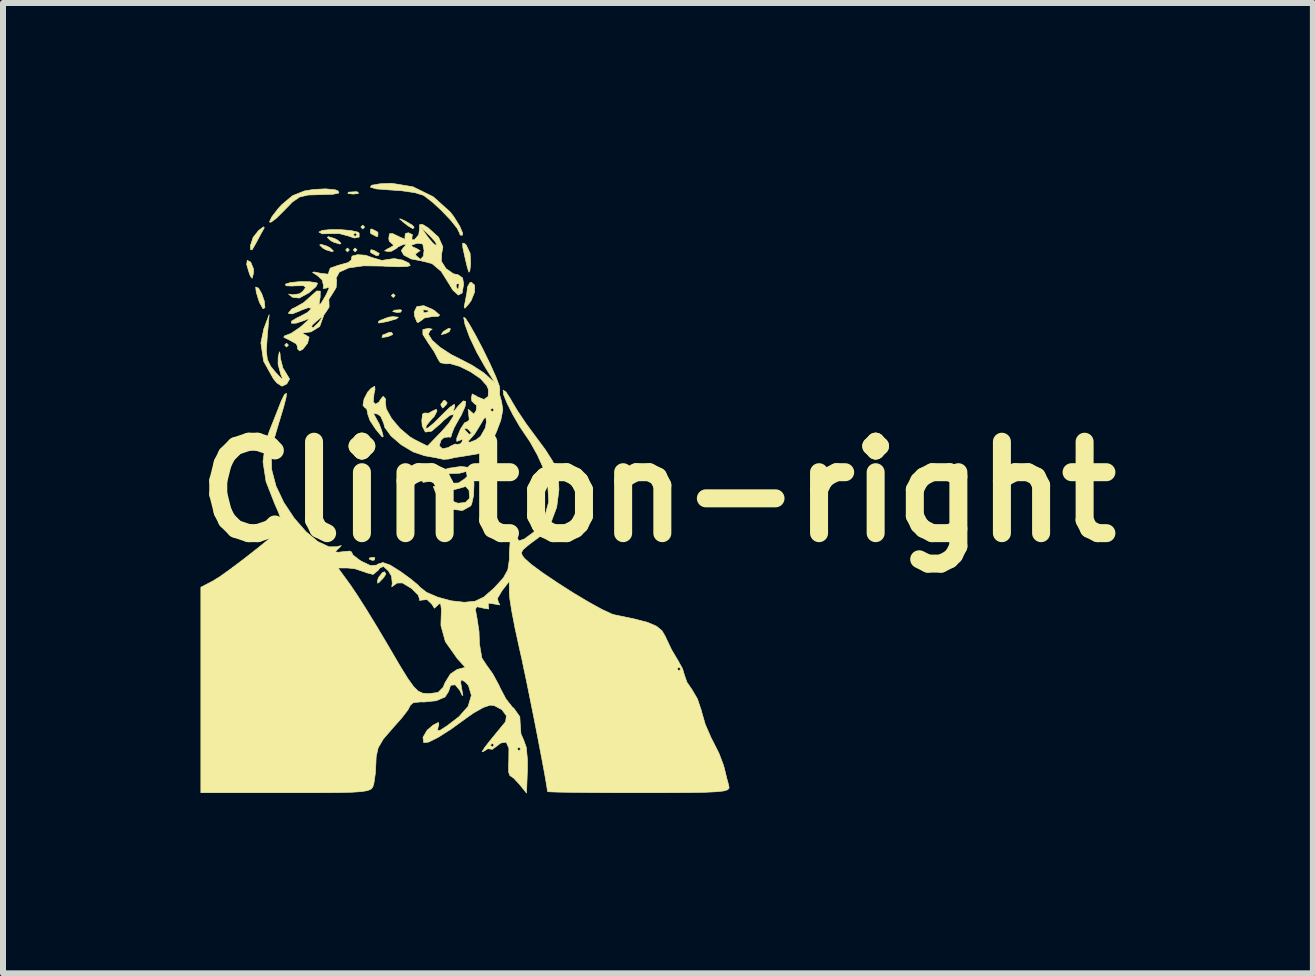
<source format=kicad_pcb>
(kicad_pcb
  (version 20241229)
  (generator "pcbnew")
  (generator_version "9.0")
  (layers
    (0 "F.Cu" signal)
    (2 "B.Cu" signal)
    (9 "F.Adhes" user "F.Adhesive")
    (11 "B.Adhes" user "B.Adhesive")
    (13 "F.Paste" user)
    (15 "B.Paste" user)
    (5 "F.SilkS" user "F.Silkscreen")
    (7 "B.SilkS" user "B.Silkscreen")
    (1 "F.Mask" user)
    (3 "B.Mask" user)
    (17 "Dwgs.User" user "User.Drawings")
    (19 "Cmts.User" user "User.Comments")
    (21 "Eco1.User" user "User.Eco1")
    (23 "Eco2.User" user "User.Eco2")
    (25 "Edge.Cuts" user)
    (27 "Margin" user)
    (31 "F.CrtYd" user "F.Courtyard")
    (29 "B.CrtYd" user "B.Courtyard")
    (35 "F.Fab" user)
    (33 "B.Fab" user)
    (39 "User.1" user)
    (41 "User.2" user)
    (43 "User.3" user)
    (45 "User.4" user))
  (footprint "Clinton-right"
    (layer "F.Cu")
    (at 7.918 5.148)
    (property "Reference" "Clinton-right" (at 0 0 0) (layer "F.SilkS") (effects (font (size 1.524 1.524) (thickness 0.3))))
    (attr through_hole)
    (fp_poly (pts (xy -6.16 -2.445) (xy -6.191 -2.413) (xy -6.223 -2.445) (xy -6.191 -2.477) (xy -6.16 -2.445)) (stroke (width 0.01) (type solid)) (fill yes) (layer "F.SilkS"))
    (fp_poly (pts (xy -5.144 -4.032) (xy -5.175 -4) (xy -5.207 -4.032) (xy -5.175 -4.064) (xy -5.144 -4.032)) (stroke (width 0.01) (type solid)) (fill yes) (layer "F.SilkS"))
    (fp_poly (pts (xy -5.016 -4.032) (xy -5.048 -4) (xy -5.08 -4.032) (xy -5.048 -4.064) (xy -5.016 -4.032)) (stroke (width 0.01) (type solid)) (fill yes) (layer "F.SilkS"))
    (fp_poly (pts (xy -4.889 -4.413) (xy -4.921 -4.381) (xy -4.953 -4.413) (xy -4.921 -4.445) (xy -4.889 -4.413)) (stroke (width 0.01) (type solid)) (fill yes) (layer "F.SilkS"))
    (fp_poly (pts (xy -4.381 -3.27) (xy -4.413 -3.239) (xy -4.445 -3.27) (xy -4.413 -3.302) (xy -4.381 -3.27)) (stroke (width 0.01) (type solid)) (fill yes) (layer "F.SilkS"))
    (fp_poly (pts (xy -5.001 -4.995) (xy -4.993 -4.972) (xy -5.08 -4.963) (xy -5.17 -4.973) (xy -5.159 -4.995) (xy -5.029 -5.003) (xy -5.001 -4.995)) (stroke (width 0.01) (type solid)) (fill yes) (layer "F.SilkS"))
    (fp_poly (pts (xy -4.72 1.101) (xy -4.729 1.138) (xy -4.763 1.143) (xy -4.815 1.12) (xy -4.805 1.101) (xy -4.729 1.093) (xy -4.72 1.101)) (stroke (width 0.01) (type solid)) (fill yes) (layer "F.SilkS"))
    (fp_poly (pts (xy -4.272 -3.023) (xy -4.291 -2.994) (xy -4.355 -2.99) (xy -4.423 -3.005) (xy -4.393 -3.028) (xy -4.294 -3.035) (xy -4.272 -3.023)) (stroke (width 0.01) (type solid)) (fill yes) (layer "F.SilkS"))
    (fp_poly (pts (xy -4.734 -4.025) (xy -4.645 -3.973) (xy -4.66 -3.94) (xy -4.695 -3.937) (xy -4.781 -3.983) (xy -4.794 -4) (xy -4.784 -4.036) (xy -4.734 -4.025)) (stroke (width 0.01) (type solid)) (fill yes) (layer "F.SilkS"))
    (fp_poly (pts (xy -4.436 -2.654) (xy -4.422 -2.621) (xy -4.503 -2.586) (xy -4.601 -2.572) (xy -4.59 -2.611) (xy -4.587 -2.614) (xy -4.477 -2.659) (xy -4.436 -2.654)) (stroke (width 0.01) (type solid)) (fill yes) (layer "F.SilkS"))
    (fp_poly (pts (xy -3.459 -2.718) (xy -3.478 -2.671) (xy -3.537 -2.639) (xy -3.612 -2.62) (xy -3.581 -2.667) (xy -3.573 -2.675) (xy -3.49 -2.725) (xy -3.459 -2.718)) (stroke (width 0.01) (type solid)) (fill yes) (layer "F.SilkS"))
    (fp_poly (pts (xy -6.789 -3.829) (xy -6.741 -3.713) (xy -6.743 -3.642) (xy -6.765 -3.559) (xy -6.794 -3.596) (xy -6.812 -3.641) (xy -6.856 -3.788) (xy -6.847 -3.858) (xy -6.789 -3.829)) (stroke (width 0.01) (type solid)) (fill yes) (layer "F.SilkS"))
    (fp_poly (pts (xy -5.515 -4.094) (xy -5.461 -4.064) (xy -5.41 -4.014) (xy -5.429 -4.002) (xy -5.534 -4.034) (xy -5.588 -4.064) (xy -5.639 -4.114) (xy -5.62 -4.126) (xy -5.515 -4.094)) (stroke (width 0.01) (type solid)) (fill yes) (layer "F.SilkS"))
    (fp_poly (pts (xy -5.388 -4.221) (xy -5.334 -4.191) (xy -5.283 -4.141) (xy -5.302 -4.129) (xy -5.407 -4.161) (xy -5.461 -4.191) (xy -5.512 -4.241) (xy -5.493 -4.253) (xy -5.388 -4.221)) (stroke (width 0.01) (type solid)) (fill yes) (layer "F.SilkS"))
    (fp_poly (pts (xy -4.68 -4.335) (xy -4.667 -4.318) (xy -4.67 -4.259) (xy -4.692 -4.255) (xy -4.781 -4.301) (xy -4.794 -4.318) (xy -4.791 -4.377) (xy -4.77 -4.381) (xy -4.68 -4.335)) (stroke (width 0.01) (type solid)) (fill yes) (layer "F.SilkS"))
    (fp_poly (pts (xy -4.536 1.371) (xy -4.572 1.429) (xy -4.647 1.508) (xy -4.673 1.524) (xy -4.674 1.476) (xy -4.658 1.429) (xy -4.592 1.345) (xy -4.557 1.333) (xy -4.536 1.371)) (stroke (width 0.01) (type solid)) (fill yes) (layer "F.SilkS"))
    (fp_poly (pts (xy -4.285 -4.547) (xy -4.207 -4.51) (xy -4.099 -4.447) (xy -4.064 -4.411) (xy -4.084 -4.385) (xy -4.16 -4.429) (xy -4.226 -4.48) (xy -4.308 -4.549) (xy -4.285 -4.547)) (stroke (width 0.01) (type solid)) (fill yes) (layer "F.SilkS"))
    (fp_poly (pts (xy -3.514 -1.485) (xy -3.524 -1.46) (xy -3.581 -1.4) (xy -3.591 -1.397) (xy -3.619 -1.446) (xy -3.619 -1.46) (xy -3.571 -1.522) (xy -3.552 -1.524) (xy -3.514 -1.485)) (stroke (width 0.01) (type solid)) (fill yes) (layer "F.SilkS"))
    (fp_poly (pts (xy -4.328 -2.911) (xy -4.356 -2.884) (xy -4.499 -2.842) (xy -4.54 -2.833) (xy -4.657 -2.813) (xy -4.661 -2.835) (xy -4.636 -2.855) (xy -4.49 -2.911) (xy -4.419 -2.92) (xy -4.328 -2.911)) (stroke (width 0.01) (type solid)) (fill yes) (layer "F.SilkS"))
    (fp_poly (pts (xy -6.563 -4.402) (xy -6.565 -4.397) (xy -6.627 -4.285) (xy -6.703 -4.143) (xy -6.765 -4.035) (xy -6.79 -4.034) (xy -6.794 -4.102) (xy -6.749 -4.24) (xy -6.657 -4.356) (xy -6.575 -4.417) (xy -6.563 -4.402)) (stroke (width 0.01) (type solid)) (fill yes) (layer "F.SilkS"))
    (fp_poly (pts (xy -3.222 -4.137) (xy -3.195 -4.111) (xy -3.131 -3.973) (xy -3.123 -3.803) (xy -3.136 -3.683) (xy -3.152 -3.661) (xy -3.179 -3.745) (xy -3.215 -3.896) (xy -3.253 -4.072) (xy -3.256 -4.146) (xy -3.222 -4.137)) (stroke (width 0.01) (type solid)) (fill yes) (layer "F.SilkS"))
    (fp_poly (pts (xy -6.658 -3.394) (xy -6.604 -3.299) (xy -6.561 -3.175) (xy -6.552 -3.072) (xy -6.552 -3.07) (xy -6.583 -3.051) (xy -6.635 -3.142) (xy -6.651 -3.18) (xy -6.696 -3.325) (xy -6.706 -3.41) (xy -6.703 -3.414) (xy -6.658 -3.394)) (stroke (width 0.01) (type solid)) (fill yes) (layer "F.SilkS"))
    (fp_poly (pts (xy -3.056 -3.444) (xy -3.057 -3.33) (xy -3.112 -3.192) (xy -3.148 -3.14) (xy -3.219 -3.059) (xy -3.231 -3.085) (xy -3.212 -3.175) (xy -3.184 -3.328) (xy -3.176 -3.413) (xy -3.135 -3.487) (xy -3.111 -3.493) (xy -3.056 -3.444)) (stroke (width 0.01) (type solid)) (fill yes) (layer "F.SilkS"))
    (fp_poly (pts (xy -5.383 -5.035) (xy -5.334 -5.017) (xy -5.318 -4.981) (xy -5.413 -4.96) (xy -5.614 -4.954) (xy -5.831 -4.947) (xy -5.973 -4.914) (xy -6.093 -4.832) (xy -6.233 -4.688) (xy -6.363 -4.559) (xy -6.452 -4.493) (xy -6.477 -4.498) (xy -6.436 -4.584) (xy -6.332 -4.719) (xy -6.271 -4.786) (xy -6.092 -4.936) (xy -5.893 -5.015) (xy -5.747 -5.039) (xy -5.543 -5.05) (xy -5.383 -5.035)) (stroke (width 0.01) (type solid)) (fill yes) (layer "F.SilkS"))
    (fp_poly (pts (xy -5.285 -4.37) (xy -5.119 -4.355) (xy -5.004 -4.329) (xy -4.981 -4.312) (xy -4.981 -4.246) (xy -5.06 -4.23) (xy -5.166 -4.266) (xy -5.243 -4.286) (xy -5.08 -4.286) (xy -5.048 -4.255) (xy -5.016 -4.286) (xy -5.048 -4.318) (xy -5.08 -4.286) (xy -5.243 -4.286) (xy -5.314 -4.305) (xy -5.467 -4.304) (xy -5.597 -4.3) (xy -5.652 -4.33) (xy -5.652 -4.33) (xy -5.596 -4.358) (xy -5.459 -4.371) (xy -5.285 -4.37)) (stroke (width 0.01) (type solid)) (fill yes) (layer "F.SilkS"))
    (fp_poly (pts (xy -5.807 -3.502) (xy -5.692 -3.484) (xy -5.675 -3.474) (xy -5.7 -3.421) (xy -5.801 -3.332) (xy -5.826 -3.313) (xy -5.979 -3.23) (xy -6.086 -3.241) (xy -6.1 -3.249) (xy -6.158 -3.296) (xy -6.108 -3.288) (xy -6.096 -3.284) (xy -5.976 -3.3) (xy -5.919 -3.342) (xy -5.872 -3.408) (xy -5.911 -3.436) (xy -6.054 -3.433) (xy -6.096 -3.43) (xy -6.199 -3.434) (xy -6.211 -3.461) (xy -6.124 -3.489) (xy -5.97 -3.503) (xy -5.807 -3.502)) (stroke (width 0.01) (type solid)) (fill yes) (layer "F.SilkS"))
    (fp_poly (pts (xy -3.751 -3.037) (xy -3.718 -3.014) (xy -3.638 -2.946) (xy -3.666 -2.923) (xy -3.761 -2.921) (xy -3.892 -2.898) (xy -3.949 -2.854) (xy -4 -2.82) (xy -4.018 -2.832) (xy -4.058 -2.93) (xy -4.064 -2.995) (xy -4.049 -3.027) (xy -3.916 -3.027) (xy -3.907 -2.989) (xy -3.873 -2.985) (xy -3.821 -3.008) (xy -3.831 -3.027) (xy -3.907 -3.034) (xy -3.916 -3.027) (xy -4.049 -3.027) (xy -4.019 -3.088) (xy -3.904 -3.103) (xy -3.751 -3.037)) (stroke (width 0.01) (type solid)) (fill yes) (layer "F.SilkS"))
    (fp_poly (pts (xy -4.083 -5.084) (xy -3.746 -4.918) (xy -3.464 -4.665) (xy -3.402 -4.584) (xy -3.304 -4.426) (xy -3.256 -4.311) (xy -3.259 -4.277) (xy -3.299 -4.28) (xy -3.302 -4.302) (xy -3.346 -4.391) (xy -3.457 -4.53) (xy -3.606 -4.687) (xy -3.763 -4.832) (xy -3.897 -4.934) (xy -3.92 -4.946) (xy -4.057 -4.987) (xy -4.271 -5.018) (xy -4.473 -5.032) (xy -4.695 -5.049) (xy -4.794 -5.078) (xy -4.774 -5.11) (xy -4.637 -5.134) (xy -4.439 -5.143) (xy -4.083 -5.084)) (stroke (width 0.01) (type solid)) (fill yes) (layer "F.SilkS"))
    (fp_poly (pts (xy -6.514 -2.572) (xy -6.528 -2.349) (xy -6.511 -2.204) (xy -6.455 -2.09) (xy -6.382 -2) (xy -6.285 -1.895) (xy -6.258 -1.886) (xy -6.287 -1.956) (xy -6.333 -2.126) (xy -6.331 -2.242) (xy -6.31 -2.334) (xy -6.3 -2.305) (xy -6.295 -2.228) (xy -6.252 -2.063) (xy -6.197 -1.974) (xy -6.141 -1.881) (xy -6.185 -1.803) (xy -6.193 -1.795) (xy -6.269 -1.76) (xy -6.353 -1.815) (xy -6.409 -1.882) (xy -6.574 -2.177) (xy -6.619 -2.483) (xy -6.57 -2.718) (xy -6.481 -2.953) (xy -6.514 -2.572)) (stroke (width 0.01) (type solid)) (fill yes) (layer "F.SilkS"))
    (fp_poly (pts (xy -3.27 -0.421) (xy -3.152 -0.406) (xy -3.094 -0.352) (xy -3.072 -0.222) (xy -3.067 -0.129) (xy -3.074 0.062) (xy -3.106 0.206) (xy -3.123 0.236) (xy -3.258 0.312) (xy -3.426 0.292) (xy -3.587 0.183) (xy -3.615 0.15) (xy -3.705 0.015) (xy -3.744 -0.084) (xy -3.744 -0.088) (xy -3.711 -0.092) (xy -3.633 -0.01) (xy -3.612 0.016) (xy -3.48 0.137) (xy -3.336 0.19) (xy -3.212 0.179) (xy -3.14 0.107) (xy -3.149 -0.025) (xy -3.205 -0.09) (xy -3.31 -0.059) (xy -3.314 -0.057) (xy -3.439 -0.027) (xy -3.559 -0.098) (xy -3.706 -0.172) (xy -3.808 -0.173) (xy -3.918 -0.158) (xy -3.926 -0.189) (xy -3.843 -0.252) (xy -3.782 -0.283) (xy -3.601 -0.283) (xy -3.528 -0.222) (xy -3.411 -0.144) (xy -3.324 -0.147) (xy -3.223 -0.215) (xy -3.137 -0.299) (xy -3.113 -0.356) (xy -3.16 -0.357) (xy -3.189 -0.341) (xy -3.305 -0.31) (xy -3.459 -0.304) (xy -3.586 -0.308) (xy -3.601 -0.283) (xy -3.782 -0.283) (xy -3.697 -0.325) (xy -3.492 -0.392) (xy -3.296 -0.421) (xy -3.27 -0.421)) (stroke (width 0.01) (type solid)) (fill yes) (layer "F.SilkS"))
    (fp_poly (pts (xy -3.831 -4.4) (xy -3.658 -4.245) (xy -3.585 -4.082) (xy -3.608 -3.959) (xy -3.611 -3.843) (xy -3.533 -3.72) (xy -3.409 -3.634) (xy -3.334 -3.619) (xy -3.257 -3.565) (xy -3.239 -3.464) (xy -3.264 -3.314) (xy -3.329 -3.279) (xy -3.42 -3.362) (xy -3.46 -3.429) (xy -3.365 -3.429) (xy -3.342 -3.377) (xy -3.323 -3.387) (xy -3.316 -3.462) (xy -3.323 -3.471) (xy -3.361 -3.463) (xy -3.365 -3.429) (xy -3.46 -3.429) (xy -3.466 -3.44) (xy -3.613 -3.674) (xy -3.766 -3.804) (xy -3.948 -3.85) (xy -4.116 -3.882) (xy -4.236 -3.945) (xy -4.279 -4.02) (xy -4.242 -4.073) (xy -4.205 -4.11) (xy -4.116 -4.11) (xy -4.086 -4.081) (xy -4.029 -4.058) (xy -3.964 -4.019) (xy -3.988 -4.005) (xy -4.041 -3.965) (xy -4.032 -3.937) (xy -3.96 -3.875) (xy -3.911 -3.927) (xy -3.899 -4.023) (xy -3.921 -4.131) (xy -4.006 -4.144) (xy -4.026 -4.139) (xy -4.116 -4.11) (xy -4.205 -4.11) (xy -4.197 -4.118) (xy -4.235 -4.127) (xy -4.336 -4.081) (xy -4.35 -4.064) (xy -4.44 -4.011) (xy -4.496 -4.005) (xy -4.558 -4.017) (xy -4.506 -4.051) (xy -4.477 -4.064) (xy -4.404 -4.107) (xy -4.419 -4.123) (xy -4.48 -4.179) (xy -4.487 -4.223) (xy -4.477 -4.301) (xy -4.424 -4.305) (xy -4.306 -4.248) (xy -4.216 -4.21) (xy -4.217 -4.246) (xy -4.219 -4.248) (xy -4.209 -4.307) (xy -4.159 -4.318) (xy -4.092 -4.286) (xy -4.101 -4.246) (xy -4.1 -4.198) (xy -4.057 -4.204) (xy -3.989 -4.283) (xy -3.976 -4.367) (xy -3.974 -4.413) (xy -3.955 -4.413) (xy -3.835 -4.245) (xy -3.746 -4.138) (xy -3.689 -4.102) (xy -3.687 -4.104) (xy -3.707 -4.161) (xy -3.796 -4.262) (xy -3.807 -4.272) (xy -3.955 -4.413) (xy -3.974 -4.413) (xy -3.972 -4.456) (xy -3.925 -4.457) (xy -3.831 -4.4)) (stroke (width 0.01) (type solid)) (fill yes) (layer "F.SilkS"))
    (fp_poly (pts (xy -4.874 -3.943) (xy -4.757 -3.902) (xy -4.605 -3.857) (xy -4.51 -3.872) (xy -4.397 -3.888) (xy -4.259 -3.863) (xy -4.153 -3.813) (xy -4.128 -3.772) (xy -4.186 -3.755) (xy -4.339 -3.751) (xy -4.555 -3.76) (xy -4.588 -3.763) (xy -4.909 -3.767) (xy -5.156 -3.732) (xy -5.312 -3.662) (xy -5.365 -3.562) (xy -5.356 -3.521) (xy -5.365 -3.403) (xy -5.422 -3.31) (xy -5.486 -3.209) (xy -5.484 -3.156) (xy -5.482 -3.08) (xy -5.51 -3.034) (xy -5.57 -2.946) (xy -5.579 -2.921) (xy -5.639 -2.755) (xy -5.784 -2.666) (xy -5.833 -2.66) (xy -5.927 -2.647) (xy -5.898 -2.625) (xy -5.89 -2.623) (xy -5.815 -2.578) (xy -5.84 -2.481) (xy -5.844 -2.472) (xy -5.923 -2.374) (xy -5.975 -2.349) (xy -6.012 -2.388) (xy -6.004 -2.408) (xy -6.03 -2.467) (xy -6.142 -2.529) (xy -6.143 -2.53) (xy -6.237 -2.575) (xy -6.229 -2.598) (xy -6.223 -2.599) (xy -6.115 -2.641) (xy -5.97 -2.739) (xy -5.951 -2.754) (xy -5.779 -2.754) (xy -5.748 -2.735) (xy -5.663 -2.817) (xy -5.643 -2.842) (xy -5.588 -2.917) (xy -5.621 -2.901) (xy -5.667 -2.866) (xy -5.755 -2.787) (xy -5.779 -2.754) (xy -5.951 -2.754) (xy -5.937 -2.766) (xy -5.833 -2.86) (xy -5.825 -2.885) (xy -5.893 -2.857) (xy -6.031 -2.811) (xy -6.11 -2.809) (xy -6.108 -2.845) (xy -6.011 -2.903) (xy -5.98 -2.916) (xy -5.845 -2.988) (xy -5.78 -3.051) (xy -5.779 -3.057) (xy -5.827 -3.07) (xy -5.945 -3.028) (xy -5.969 -3.016) (xy -6.095 -2.966) (xy -6.158 -2.972) (xy -6.16 -2.979) (xy -6.107 -3.045) (xy -6.041 -3.077) (xy -5.907 -3.153) (xy -5.809 -3.24) (xy -5.69 -3.347) (xy -5.629 -3.346) (xy -5.631 -3.238) (xy -5.635 -3.223) (xy -5.65 -3.122) (xy -5.618 -3.137) (xy -5.541 -3.268) (xy -5.527 -3.294) (xy -5.481 -3.396) (xy -5.504 -3.409) (xy -5.526 -3.396) (xy -5.581 -3.389) (xy -5.574 -3.436) (xy -5.598 -3.532) (xy -5.677 -3.604) (xy -5.758 -3.657) (xy -5.734 -3.665) (xy -5.626 -3.643) (xy -5.499 -3.628) (xy -5.483 -3.667) (xy -5.485 -3.671) (xy -5.462 -3.729) (xy -5.327 -3.777) (xy -5.305 -3.782) (xy -5.167 -3.821) (xy -5.11 -3.865) (xy -5.112 -3.873) (xy -5.1 -3.929) (xy -5.006 -3.953) (xy -4.874 -3.943)) (stroke (width 0.01) (type solid)) (fill yes) (layer "F.SilkS"))
    (fp_poly (pts (xy -3.212 -2.895) (xy -3.141 -2.787) (xy -3.036 -2.601) (xy -2.922 -2.384) (xy -2.797 -2.128) (xy -2.701 -1.914) (xy -2.645 -1.766) (xy -2.637 -1.712) (xy -2.64 -1.621) (xy -2.608 -1.505) (xy -2.586 -1.369) (xy -2.62 -1.193) (xy -2.69 -1.007) (xy -2.781 -0.806) (xy -2.87 -0.693) (xy -2.998 -0.634) (xy -3.207 -0.599) (xy -3.231 -0.595) (xy -3.388 -0.571) (xy -3.482 -0.548) (xy -3.485 -0.547) (xy -3.576 -0.54) (xy -3.588 -0.543) (xy -3.688 -0.565) (xy -3.854 -0.595) (xy -3.891 -0.601) (xy -4.084 -0.667) (xy -4.283 -0.787) (xy -4.451 -0.932) (xy -4.555 -1.075) (xy -4.572 -1.143) (xy -4.623 -1.26) (xy -4.676 -1.296) (xy -4.744 -1.309) (xy -4.716 -1.256) (xy -4.648 -1.133) (xy -4.604 -1.016) (xy -4.579 -0.921) (xy -4.597 -0.915) (xy -4.673 -1.004) (xy -4.707 -1.046) (xy -4.801 -1.189) (xy -4.84 -1.301) (xy -4.839 -1.316) (xy -4.858 -1.39) (xy -4.881 -1.397) (xy -4.918 -1.442) (xy -4.899 -1.547) (xy -4.838 -1.664) (xy -4.783 -1.724) (xy -4.722 -1.76) (xy -4.717 -1.705) (xy -4.734 -1.63) (xy -4.745 -1.497) (xy -4.706 -1.46) (xy -4.639 -1.505) (xy -4.636 -1.524) (xy -4.589 -1.586) (xy -4.574 -1.587) (xy -4.537 -1.542) (xy -4.544 -1.505) (xy -4.531 -1.385) (xy -4.442 -1.224) (xy -4.302 -1.057) (xy -4.138 -0.918) (xy -4.063 -0.873) (xy -3.842 -0.762) (xy -3.611 -1) (xy -3.486 -1.143) (xy -3.416 -1.251) (xy -3.409 -1.288) (xy -3.465 -1.277) (xy -3.572 -1.191) (xy -3.622 -1.14) (xy -3.774 -1.01) (xy -3.878 -0.996) (xy -3.93 -1.097) (xy -3.937 -1.189) (xy -3.924 -1.296) (xy -3.895 -1.313) (xy -3.819 -1.311) (xy -3.768 -1.342) (xy -3.696 -1.375) (xy -3.683 -1.349) (xy -3.727 -1.259) (xy -3.778 -1.206) (xy -3.858 -1.108) (xy -3.873 -1.059) (xy -3.835 -1.064) (xy -3.735 -1.146) (xy -3.608 -1.273) (xy -3.473 -1.406) (xy -3.395 -1.459) (xy -3.386 -1.429) (xy -3.413 -1.341) (xy -3.388 -1.356) (xy -3.335 -1.424) (xy -3.245 -1.515) (xy -3.204 -1.507) (xy -3.215 -1.422) (xy -3.279 -1.278) (xy -3.31 -1.226) (xy -3.397 -1.069) (xy -3.442 -0.956) (xy -3.443 -0.932) (xy -3.465 -0.906) (xy -3.484 -0.915) (xy -3.567 -0.904) (xy -3.615 -0.862) (xy -3.647 -0.768) (xy -3.593 -0.717) (xy -3.493 -0.738) (xy -3.468 -0.756) (xy -3.38 -0.797) (xy -3.35 -0.789) (xy -3.292 -0.8) (xy -3.267 -0.831) (xy -3.266 -0.833) (xy -3.17 -0.833) (xy -3.132 -0.826) (xy -3.03 -0.867) (xy -2.957 -0.925) (xy -2.876 -1.068) (xy -2.86 -1.163) (xy -2.869 -1.242) (xy -2.901 -1.222) (xy -2.965 -1.111) (xy -3.054 -0.967) (xy -3.133 -0.877) (xy -3.137 -0.874) (xy -3.17 -0.833) (xy -3.266 -0.833) (xy -3.255 -0.879) (xy -3.292 -0.863) (xy -3.354 -0.84) (xy -3.354 -0.895) (xy -3.293 -1.043) (xy -3.281 -1.061) (xy -3.228 -1.061) (xy -3.213 -1.026) (xy -3.149 -0.958) (xy -3.112 -0.972) (xy -3.111 -0.981) (xy -3.157 -1.034) (xy -3.185 -1.054) (xy -3.228 -1.061) (xy -3.281 -1.061) (xy -3.225 -1.149) (xy -3.172 -1.173) (xy -3.146 -1.2) (xy -3.155 -1.286) (xy -3.165 -1.375) (xy -3.13 -1.35) (xy -3.126 -1.344) (xy -3.069 -1.296) (xy -3.027 -1.36) (xy -3.027 -1.365) (xy -2.794 -1.365) (xy -2.762 -1.333) (xy -2.731 -1.365) (xy -2.762 -1.397) (xy -2.794 -1.365) (xy -3.027 -1.365) (xy -3.023 -1.445) (xy -3.05 -1.46) (xy -3.103 -1.512) (xy -3.111 -1.564) (xy -3.096 -1.631) (xy -3.028 -1.597) (xy -3.014 -1.585) (xy -2.901 -1.539) (xy -2.83 -1.589) (xy -2.827 -1.707) (xy -2.854 -1.771) (xy -2.956 -1.885) (xy -3.122 -1.999) (xy -3.306 -2.091) (xy -3.466 -2.137) (xy -3.533 -2.133) (xy -3.628 -2.152) (xy -3.664 -2.208) (xy -3.732 -2.339) (xy -3.821 -2.469) (xy -3.919 -2.623) (xy -3.919 -2.705) (xy -3.826 -2.725) (xy -3.763 -2.711) (xy -3.799 -2.687) (xy -3.828 -2.628) (xy -3.766 -2.528) (xy -3.633 -2.409) (xy -3.449 -2.289) (xy -3.305 -2.216) (xy -3.098 -2.109) (xy -2.916 -1.991) (xy -2.866 -1.95) (xy -2.713 -1.81) (xy -2.877 -2.072) (xy -3.022 -2.329) (xy -3.142 -2.582) (xy -3.218 -2.794) (xy -3.239 -2.907) (xy -3.212 -2.895)) (stroke (width 0.01) (type solid)) (fill yes) (layer "F.SilkS"))
    (fp_poly (pts (xy -2.535 -1.666) (xy -2.462 -1.554) (xy -2.44 -1.514) (xy -2.343 -1.351) (xy -2.2 -1.138) (xy -2.064 -0.953) (xy -1.875 -0.698) (xy -1.754 -0.507) (xy -1.686 -0.349) (xy -1.657 -0.19) (xy -1.651 -0.033) (xy -1.688 0.256) (xy -1.787 0.521) (xy -1.93 0.714) (xy -1.962 0.741) (xy -2.147 0.877) (xy -2.247 0.962) (xy -2.278 1.017) (xy -2.258 1.068) (xy -2.224 1.11) (xy -2.113 1.21) (xy -1.923 1.35) (xy -1.681 1.513) (xy -1.417 1.682) (xy -1.158 1.837) (xy -0.933 1.961) (xy -0.77 2.037) (xy -0.727 2.05) (xy -0.398 2.118) (xy -0.172 2.177) (xy -0.025 2.24) (xy 0.066 2.315) (xy 0.124 2.413) (xy 0.132 2.433) (xy 0.227 2.633) (xy 0.329 2.804) (xy 0.41 2.95) (xy 0.444 3.064) (xy 0.484 3.176) (xy 0.565 3.294) (xy 0.658 3.453) (xy 0.725 3.652) (xy 0.728 3.669) (xy 0.789 3.879) (xy 0.888 4.106) (xy 0.916 4.159) (xy 1.018 4.362) (xy 1.092 4.557) (xy 1.105 4.604) (xy 1.148 4.78) (xy 1.182 4.905) (xy 1.185 4.94) (xy 1.161 4.967) (xy 1.095 4.987) (xy 0.974 5) (xy 0.782 5.009) (xy 0.505 5.014) (xy 0.129 5.016) (xy -0.313 5.016) (xy -0.739 5.016) (xy -1.118 5.014) (xy -1.435 5.01) (xy -1.672 5.006) (xy -1.811 5.001) (xy -1.841 4.997) (xy -1.854 4.906) (xy -1.887 4.714) (xy -1.937 4.446) (xy -1.998 4.126) (xy -2.066 3.778) (xy -2.137 3.425) (xy -2.205 3.091) (xy -2.235 2.953) (xy 0.318 2.953) (xy 0.349 2.985) (xy 0.381 2.953) (xy 0.349 2.921) (xy 0.318 2.953) (xy -2.235 2.953) (xy -2.266 2.802) (xy -2.316 2.58) (xy -2.316 2.579) (xy -2.382 2.278) (xy -2.435 2.003) (xy -2.469 1.79) (xy -2.478 1.69) (xy -2.479 1.492) (xy -2.601 1.65) (xy -2.676 1.777) (xy -2.658 1.852) (xy -2.647 1.861) (xy -2.638 1.886) (xy -2.723 1.871) (xy -2.826 1.855) (xy -2.829 1.899) (xy -2.826 1.905) (xy -2.821 1.954) (xy -2.915 1.939) (xy -2.922 1.936) (xy -3.017 1.916) (xy -3.044 1.957) (xy -3.02 2.09) (xy -3.017 2.104) (xy -2.983 2.329) (xy -2.976 2.535) (xy -2.936 2.77) (xy -2.861 2.885) (xy -2.756 3.031) (xy -2.651 3.225) (xy -2.631 3.27) (xy -2.536 3.45) (xy -2.429 3.587) (xy -2.402 3.609) (xy -2.303 3.749) (xy -2.296 3.872) (xy -2.284 4.036) (xy -2.238 4.14) (xy -2.195 4.261) (xy -2.175 4.473) (xy -2.176 4.628) (xy -2.191 5.022) (xy -2.309 4.876) (xy -2.406 4.772) (xy -2.468 4.731) (xy -2.489 4.675) (xy -2.49 4.537) (xy -2.487 4.495) (xy -2.485 4.286) (xy -2.349 4.286) (xy -2.318 4.318) (xy -2.286 4.286) (xy -2.318 4.255) (xy -2.349 4.286) (xy -2.485 4.286) (xy -2.485 4.275) (xy -2.53 4.173) (xy -2.622 4.188) (xy -2.673 4.228) (xy -2.762 4.293) (xy -2.794 4.288) (xy -2.835 4.282) (xy -2.905 4.326) (xy -2.932 4.333) (xy -2.886 4.259) (xy -2.857 4.223) (xy -2.794 4.223) (xy -2.762 4.255) (xy -2.731 4.223) (xy -2.762 4.191) (xy -2.794 4.223) (xy -2.857 4.223) (xy -2.808 4.159) (xy -2.676 3.998) (xy -2.572 3.871) (xy -2.539 3.83) (xy -2.527 3.733) (xy -2.601 3.632) (xy -2.726 3.565) (xy -2.794 3.556) (xy -2.908 3.593) (xy -3.075 3.687) (xy -3.186 3.765) (xy -3.445 3.953) (xy -3.664 4.093) (xy -3.823 4.172) (xy -3.904 4.182) (xy -3.905 4.181) (xy -3.917 4.092) (xy -3.848 3.975) (xy -3.748 3.889) (xy -3.66 3.844) (xy -3.652 3.882) (xy -3.664 3.917) (xy -3.675 3.978) (xy -3.628 3.974) (xy -3.511 3.898) (xy -3.318 3.75) (xy -3.165 3.577) (xy -3.11 3.393) (xy -3.159 3.228) (xy -3.211 3.172) (xy -3.277 3.13) (xy -3.289 3.177) (xy -3.273 3.275) (xy -3.252 3.393) (xy -3.263 3.394) (xy -3.3 3.314) (xy -3.379 3.217) (xy -3.457 3.225) (xy -3.492 3.332) (xy -3.493 3.333) (xy -3.55 3.421) (xy -3.698 3.483) (xy -3.901 3.504) (xy -3.953 3.502) (xy -4.079 3.515) (xy -4.128 3.558) (xy -4.168 3.636) (xy -4.274 3.773) (xy -4.413 3.93) (xy -4.577 4.119) (xy -4.664 4.267) (xy -4.697 4.414) (xy -4.7 4.483) (xy -4.71 4.686) (xy -4.735 4.857) (xy -4.739 4.874) (xy -4.754 4.92) (xy -4.782 4.955) (xy -4.838 4.98) (xy -4.938 4.997) (xy -5.099 5.008) (xy -5.336 5.014) (xy -5.665 5.016) (xy -6.103 5.016) (xy -6.199 5.016) (xy -7.62 5.016) (xy -7.62 1.591) (xy -7.422 1.488) (xy -7.301 1.413) (xy -7.121 1.284) (xy -7.102 1.27) (xy -5.333 1.27) (xy -5.127 1.553) (xy -5.017 1.716) (xy -4.863 1.958) (xy -4.685 2.249) (xy -4.502 2.557) (xy -4.477 2.6) (xy -4.299 2.904) (xy -4.169 3.114) (xy -4.072 3.249) (xy -3.995 3.324) (xy -3.922 3.357) (xy -3.839 3.365) (xy -3.823 3.365) (xy -3.666 3.345) (xy -3.581 3.259) (xy -3.549 3.181) (xy -3.46 3.037) (xy -3.348 2.962) (xy -3.212 2.926) (xy -3.344 2.781) (xy -3.544 2.498) (xy -3.618 2.228) (xy -3.617 2.171) (xy -3.61 1.958) (xy -3.624 1.862) (xy -3.662 1.875) (xy -3.675 1.894) (xy -3.727 1.94) (xy -3.77 1.872) (xy -3.849 1.797) (xy -3.909 1.802) (xy -3.976 1.81) (xy -3.975 1.787) (xy -3.998 1.719) (xy -4.098 1.62) (xy -4.122 1.602) (xy -4.26 1.519) (xy -4.35 1.521) (xy -4.381 1.544) (xy -4.438 1.584) (xy -4.429 1.524) (xy -4.442 1.405) (xy -4.494 1.318) (xy -4.575 1.244) (xy -4.634 1.269) (xy -4.666 1.31) (xy -4.749 1.378) (xy -4.863 1.348) (xy -4.874 1.342) (xy -5.047 1.284) (xy -5.171 1.27) (xy -5.333 1.27) (xy -7.102 1.27) (xy -6.907 1.123) (xy -6.687 0.951) (xy -6.488 0.79) (xy -6.337 0.659) (xy -6.261 0.582) (xy -6.26 0.58) (xy -6.269 0.501) (xy -6.324 0.347) (xy -6.386 0.206) (xy -6.533 -0.17) (xy -6.584 -0.502) (xy -6.541 -0.825) (xy -6.476 -1.016) (xy -6.389 -1.235) (xy -6.313 -1.428) (xy -6.278 -1.517) (xy -6.226 -1.621) (xy -6.193 -1.643) (xy -6.199 -1.574) (xy -6.239 -1.417) (xy -6.304 -1.201) (xy -6.322 -1.143) (xy -6.41 -0.842) (xy -6.446 -0.606) (xy -6.44 -0.389) (xy -6.437 -0.36) (xy -6.367 -0.095) (xy -6.237 0.178) (xy -6.065 0.438) (xy -5.87 0.662) (xy -5.67 0.829) (xy -5.484 0.917) (xy -5.357 0.916) (xy -5.279 0.896) (xy -5.313 0.935) (xy -5.334 0.951) (xy -5.381 1.001) (xy -5.325 1.008) (xy -5.252 0.998) (xy -5.137 0.988) (xy -5.109 1.003) (xy -5.084 1.054) (xy -4.978 1.136) (xy -4.947 1.156) (xy -4.792 1.23) (xy -4.691 1.222) (xy -4.664 1.204) (xy -4.585 1.179) (xy -4.465 1.221) (xy -4.293 1.329) (xy -4.126 1.45) (xy -4.005 1.55) (xy -3.968 1.589) (xy -3.86 1.675) (xy -3.672 1.756) (xy -3.447 1.817) (xy -3.231 1.841) (xy -3.223 1.841) (xy -3.049 1.824) (xy -2.904 1.755) (xy -2.738 1.61) (xy -2.723 1.595) (xy -2.577 1.435) (xy -2.503 1.301) (xy -2.478 1.134) (xy -2.477 1.023) (xy -2.465 0.84) (xy -2.437 0.722) (xy -2.413 0.699) (xy -2.351 0.747) (xy -2.349 0.762) (xy -2.32 0.819) (xy -2.226 0.786) (xy -2.073 0.673) (xy -1.9 0.453) (xy -1.821 0.168) (xy -1.84 -0.159) (xy -1.908 -0.389) (xy -2.012 -0.618) (xy -2.132 -0.832) (xy -2.185 -0.911) (xy -2.303 -1.086) (xy -2.418 -1.284) (xy -2.514 -1.473) (xy -2.574 -1.621) (xy -2.581 -1.695) (xy -2.581 -1.695) (xy -2.535 -1.666)) (stroke (width 0.01) (type solid)) (fill yes) (layer "F.SilkS")))
  (gr_rect
    (start -3 -3)
    (end 18.835 13.175)
    (stroke (width 0.1) (type default))
    (fill no)
    (layer "Edge.Cuts")))
</source>
